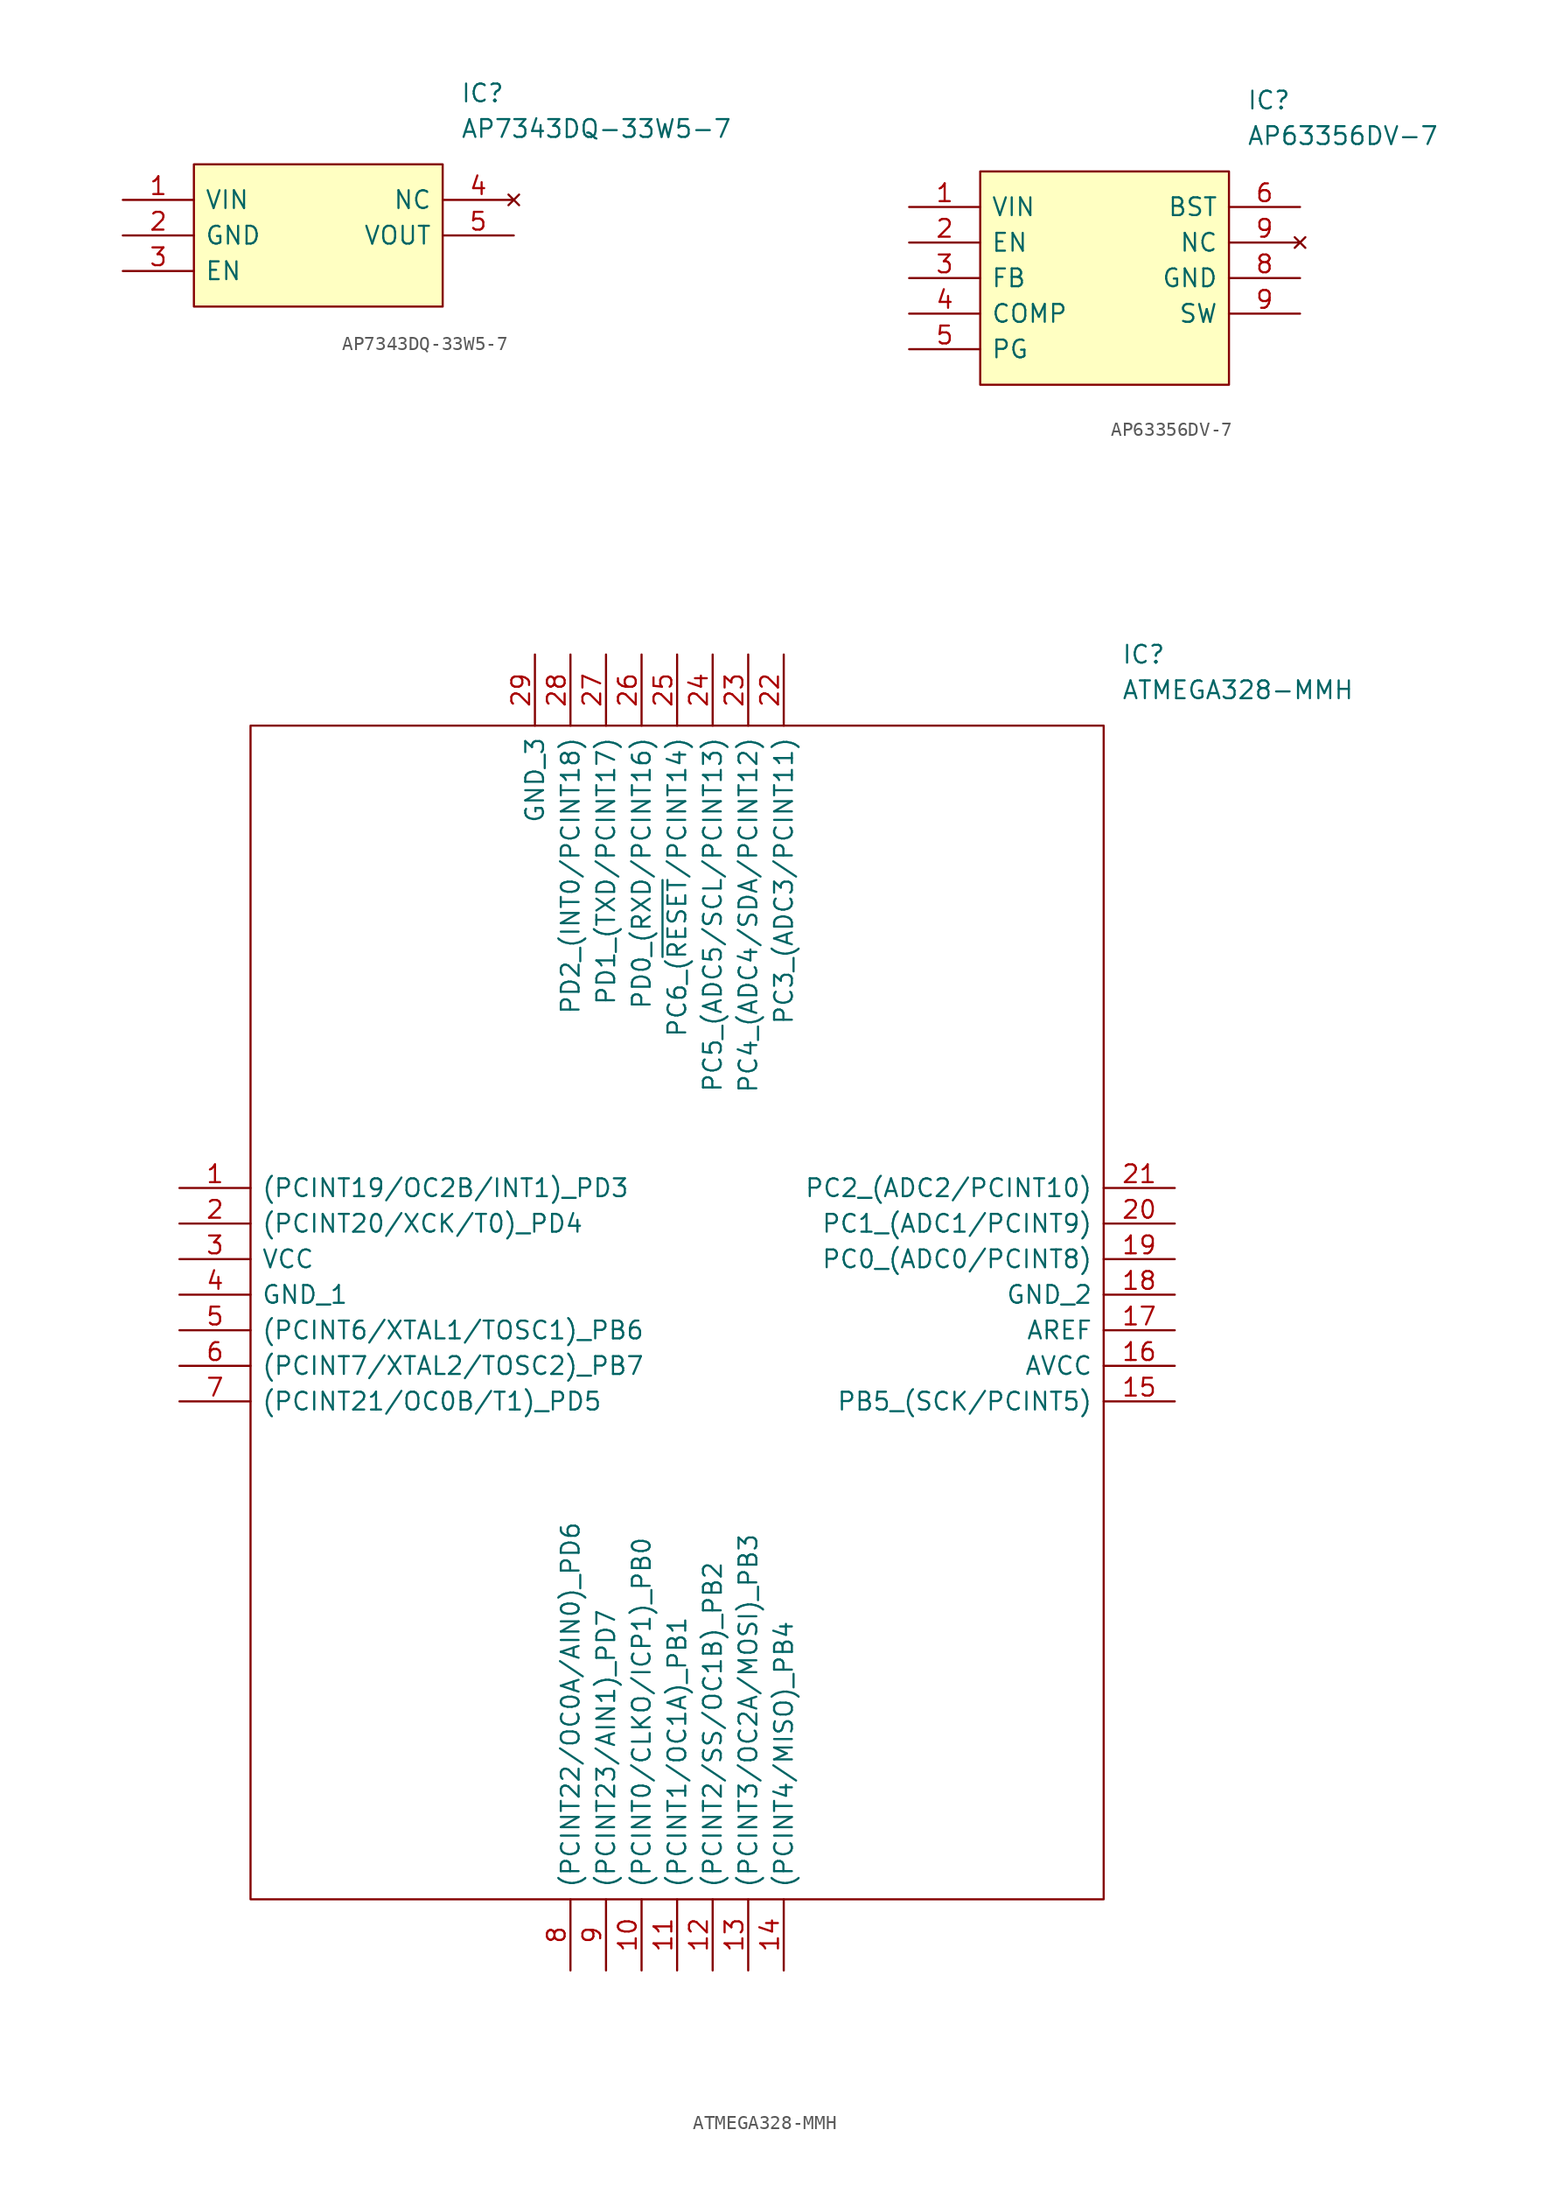
<source format=kicad_sym>
(kicad_symbol_lib
  (version 20211014)
  (generator kicad_symbol_editor)
  (symbol "AP7343DQ-33W5-7"
    (pin_names
      (offset 0.762))
    (property "Reference" "IC"
      (at 24.13 7.62 0)
      (effects (font (size 1.27 1.27)) (justify left)))
    (property "Value" "AP7343DQ-33W5-7"
      (at 24.13 5.08 0)
      (effects (font (size 1.27 1.27)) (justify left)))
    (symbol "AP7343DQ-33W5-7_0_0"
      (pin power_in line (at 0 0 0) (length 5.08) (name "VIN" (effects (font (size 1.27 1.27)))) (number "1" (effects (font (size 1.27 1.27)))))
      (pin power_in line (at 0 -2.54 0) (length 5.08) (name "GND" (effects (font (size 1.27 1.27)))) (number "2" (effects (font (size 1.27 1.27)))))
      (pin input line (at 0 -5.08 0) (length 5.08) (name "EN" (effects (font (size 1.27 1.27)))) (number "3" (effects (font (size 1.27 1.27)))))
      (pin no_connect line (at 27.94 0 180) (length 5.08) (name "NC" (effects (font (size 1.27 1.27)))) (number "4" (effects (font (size 1.27 1.27)))))
      (pin power_in line (at 27.94 -2.54 180) (length 5.08) (name "VOUT" (effects (font (size 1.27 1.27)))) (number "5" (effects (font (size 1.27 1.27))))))
    (symbol "AP7343DQ-33W5-7_0_1"
      (polyline (pts (xy 5.08 2.54) (xy 22.86 2.54) (xy 22.86 -7.62) (xy 5.08 -7.62) (xy 5.08 2.54)) (stroke (width 0.152) (type default) (color 0 0 0 0)) (fill (type background)))))
  (symbol "AP63356DV-7"
    (pin_names
      (offset 0.762))
    (property "Reference" "IC"
      (at 24.13 7.62 0)
      (effects (font (size 1.27 1.27)) (justify left)))
    (property "Value" "AP63356DV-7"
      (at 24.13 5.08 0)
      (effects (font (size 1.27 1.27)) (justify left)))
    (symbol "AP63356DV-7_0_0"
      (pin passive line (at 0 0 0) (length 5.08) (name "VIN" (effects (font (size 1.27 1.27)))) (number "1" (effects (font (size 1.27 1.27)))))
      (pin passive line (at 0 -2.54 0) (length 5.08) (name "EN" (effects (font (size 1.27 1.27)))) (number "2" (effects (font (size 1.27 1.27)))))
      (pin passive line (at 0 -5.08 0) (length 5.08) (name "FB" (effects (font (size 1.27 1.27)))) (number "3" (effects (font (size 1.27 1.27)))))
      (pin passive line (at 0 -7.62 0) (length 5.08) (name "COMP" (effects (font (size 1.27 1.27)))) (number "4" (effects (font (size 1.27 1.27)))))
      (pin passive line (at 0 -10.16 0) (length 5.08) (name "PG" (effects (font (size 1.27 1.27)))) (number "5" (effects (font (size 1.27 1.27)))))
      (pin passive line (at 27.94 0 180) (length 5.08) (name "BST" (effects (font (size 1.27 1.27)))) (number "6" (effects (font (size 1.27 1.27)))))
      (pin passive line (at 27.94 -5.08 180) (length 5.08) (name "GND" (effects (font (size 1.27 1.27)))) (number "8" (effects (font (size 1.27 1.27)))))
      (pin no_connect line (at 27.94 -2.54 180) (length 5.08) (name "NC" (effects (font (size 1.27 1.27)))) (number "9" (effects (font (size 1.27 1.27)))))
      (pin passive line (at 27.94 -7.62 180) (length 5.08) (name "SW" (effects (font (size 1.27 1.27)))) (number "9" (effects (font (size 1.27 1.27))))))
    (symbol "AP63356DV-7_0_1"
      (polyline (pts (xy 5.08 2.54) (xy 22.86 2.54) (xy 22.86 -12.7) (xy 5.08 -12.7) (xy 5.08 2.54)) (stroke (width 0.152) (type default) (color 0 0 0 0)) (fill (type background)))))
  (symbol "ATMEGA328-MMH"
    (pin_names
      (offset 0.762))
    (property "Reference" "IC"
      (at 67.31 38.1 0)
      (effects (font (size 1.27 1.27)) (justify left)))
    (property "Value" "ATMEGA328-MMH"
      (at 67.31 35.56 0)
      (effects (font (size 1.27 1.27)) (justify left)))
    (symbol "ATMEGA328-MMH_0_0"
      (pin passive line (at 0 0 0) (length 5.08) (name "(PCINT19/OC2B/INT1)_PD3" (effects (font (size 1.27 1.27)))) (number "1" (effects (font (size 1.27 1.27)))))
      (pin passive line (at 33.02 -55.88 90) (length 5.08) (name "(PCINT0/CLKO/ICP1)_PB0" (effects (font (size 1.27 1.27)))) (number "10" (effects (font (size 1.27 1.27)))))
      (pin passive line (at 35.56 -55.88 90) (length 5.08) (name "(PCINT1/OC1A)_PB1" (effects (font (size 1.27 1.27)))) (number "11" (effects (font (size 1.27 1.27)))))
      (pin passive line (at 38.1 -55.88 90) (length 5.08) (name "(PCINT2/SS/OC1B)_PB2" (effects (font (size 1.27 1.27)))) (number "12" (effects (font (size 1.27 1.27)))))
      (pin passive line (at 40.64 -55.88 90) (length 5.08) (name "(PCINT3/OC2A/MOSI)_PB3" (effects (font (size 1.27 1.27)))) (number "13" (effects (font (size 1.27 1.27)))))
      (pin passive line (at 43.18 -55.88 90) (length 5.08) (name "(PCINT4/MISO)_PB4" (effects (font (size 1.27 1.27)))) (number "14" (effects (font (size 1.27 1.27)))))
      (pin passive line (at 71.12 -15.24 180) (length 5.08) (name "PB5_(SCK/PCINT5)" (effects (font (size 1.27 1.27)))) (number "15" (effects (font (size 1.27 1.27)))))
      (pin passive line (at 71.12 -12.7 180) (length 5.08) (name "AVCC" (effects (font (size 1.27 1.27)))) (number "16" (effects (font (size 1.27 1.27)))))
      (pin passive line (at 71.12 -10.16 180) (length 5.08) (name "AREF" (effects (font (size 1.27 1.27)))) (number "17" (effects (font (size 1.27 1.27)))))
      (pin passive line (at 71.12 -7.62 180) (length 5.08) (name "GND_2" (effects (font (size 1.27 1.27)))) (number "18" (effects (font (size 1.27 1.27)))))
      (pin passive line (at 71.12 -5.08 180) (length 5.08) (name "PC0_(ADC0/PCINT8)" (effects (font (size 1.27 1.27)))) (number "19" (effects (font (size 1.27 1.27)))))
      (pin passive line (at 0 -2.54 0) (length 5.08) (name "(PCINT20/XCK/T0)_PD4" (effects (font (size 1.27 1.27)))) (number "2" (effects (font (size 1.27 1.27)))))
      (pin passive line (at 71.12 -2.54 180) (length 5.08) (name "PC1_(ADC1/PCINT9)" (effects (font (size 1.27 1.27)))) (number "20" (effects (font (size 1.27 1.27)))))
      (pin passive line (at 71.12 0 180) (length 5.08) (name "PC2_(ADC2/PCINT10)" (effects (font (size 1.27 1.27)))) (number "21" (effects (font (size 1.27 1.27)))))
      (pin passive line (at 43.18 38.1 270) (length 5.08) (name "PC3_(ADC3/PCINT11)" (effects (font (size 1.27 1.27)))) (number "22" (effects (font (size 1.27 1.27)))))
      (pin passive line (at 40.64 38.1 270) (length 5.08) (name "PC4_(ADC4/SDA/PCINT12)" (effects (font (size 1.27 1.27)))) (number "23" (effects (font (size 1.27 1.27)))))
      (pin passive line (at 38.1 38.1 270) (length 5.08) (name "PC5_(ADC5/SCL/PCINT13)" (effects (font (size 1.27 1.27)))) (number "24" (effects (font (size 1.27 1.27)))))
      (pin passive line (at 35.56 38.1 270) (length 5.08) (name "PC6_(~{RESET}/PCINT14)" (effects (font (size 1.27 1.27)))) (number "25" (effects (font (size 1.27 1.27)))))
      (pin passive line (at 33.02 38.1 270) (length 5.08) (name "PD0_(RXD/PCINT16)" (effects (font (size 1.27 1.27)))) (number "26" (effects (font (size 1.27 1.27)))))
      (pin passive line (at 30.48 38.1 270) (length 5.08) (name "PD1_(TXD/PCINT17)" (effects (font (size 1.27 1.27)))) (number "27" (effects (font (size 1.27 1.27)))))
      (pin passive line (at 27.94 38.1 270) (length 5.08) (name "PD2_(INT0/PCINT18)" (effects (font (size 1.27 1.27)))) (number "28" (effects (font (size 1.27 1.27)))))
      (pin passive line (at 25.4 38.1 270) (length 5.08) (name "GND_3" (effects (font (size 1.27 1.27)))) (number "29" (effects (font (size 1.27 1.27)))))
      (pin passive line (at 0 -5.08 0) (length 5.08) (name "VCC" (effects (font (size 1.27 1.27)))) (number "3" (effects (font (size 1.27 1.27)))))
      (pin passive line (at 0 -7.62 0) (length 5.08) (name "GND_1" (effects (font (size 1.27 1.27)))) (number "4" (effects (font (size 1.27 1.27)))))
      (pin passive line (at 0 -10.16 0) (length 5.08) (name "(PCINT6/XTAL1/TOSC1)_PB6" (effects (font (size 1.27 1.27)))) (number "5" (effects (font (size 1.27 1.27)))))
      (pin passive line (at 0 -12.7 0) (length 5.08) (name "(PCINT7/XTAL2/TOSC2)_PB7" (effects (font (size 1.27 1.27)))) (number "6" (effects (font (size 1.27 1.27)))))
      (pin passive line (at 0 -15.24 0) (length 5.08) (name "(PCINT21/OC0B/T1)_PD5" (effects (font (size 1.27 1.27)))) (number "7" (effects (font (size 1.27 1.27)))))
      (pin passive line (at 27.94 -55.88 90) (length 5.08) (name "(PCINT22/OC0A/AIN0)_PD6" (effects (font (size 1.27 1.27)))) (number "8" (effects (font (size 1.27 1.27)))))
      (pin passive line (at 30.48 -55.88 90) (length 5.08) (name "(PCINT23/AIN1)_PD7" (effects (font (size 1.27 1.27)))) (number "9" (effects (font (size 1.27 1.27))))))
    (symbol "ATMEGA328-MMH_0_1"
      (polyline (pts (xy 5.08 33.02) (xy 66.04 33.02) (xy 66.04 -50.8) (xy 5.08 -50.8) (xy 5.08 33.02)) (stroke (width 0.152) (type default) (color 0 0 0 0)) (fill (type none))))))
</source>
